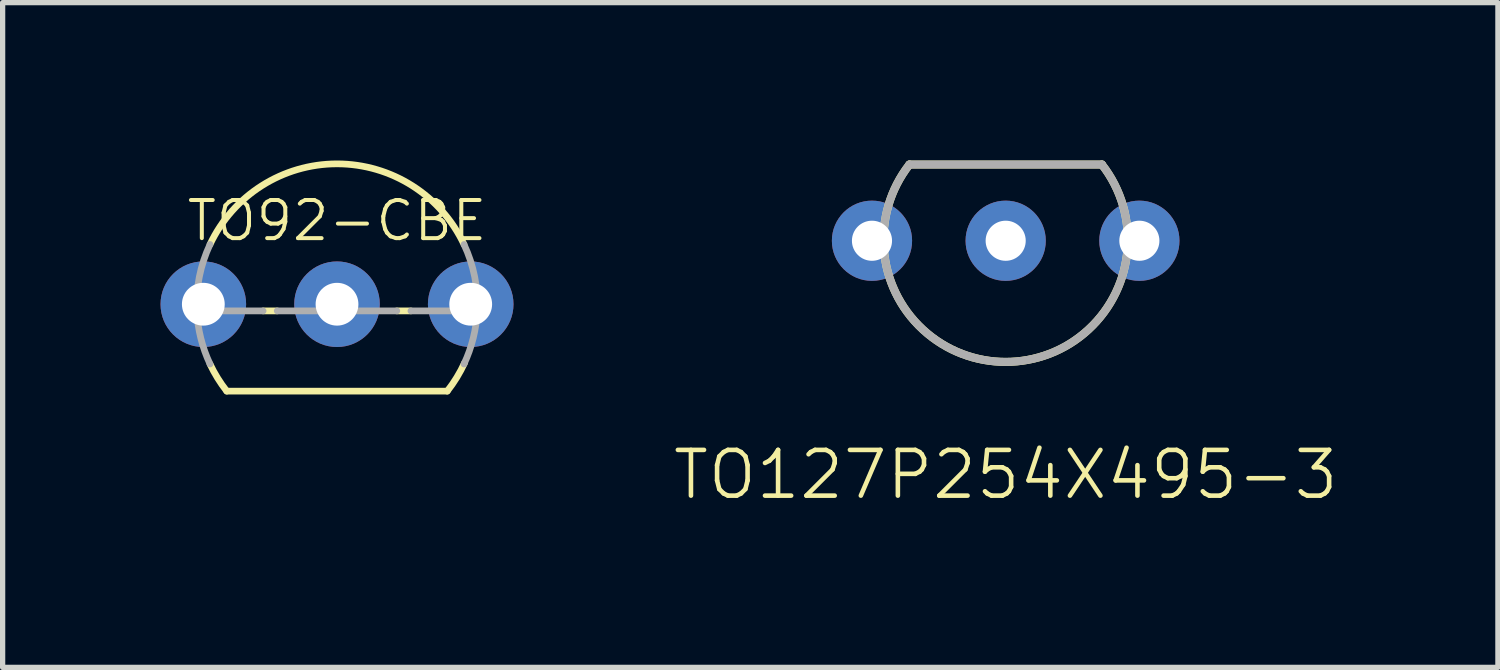
<source format=kicad_pcb>
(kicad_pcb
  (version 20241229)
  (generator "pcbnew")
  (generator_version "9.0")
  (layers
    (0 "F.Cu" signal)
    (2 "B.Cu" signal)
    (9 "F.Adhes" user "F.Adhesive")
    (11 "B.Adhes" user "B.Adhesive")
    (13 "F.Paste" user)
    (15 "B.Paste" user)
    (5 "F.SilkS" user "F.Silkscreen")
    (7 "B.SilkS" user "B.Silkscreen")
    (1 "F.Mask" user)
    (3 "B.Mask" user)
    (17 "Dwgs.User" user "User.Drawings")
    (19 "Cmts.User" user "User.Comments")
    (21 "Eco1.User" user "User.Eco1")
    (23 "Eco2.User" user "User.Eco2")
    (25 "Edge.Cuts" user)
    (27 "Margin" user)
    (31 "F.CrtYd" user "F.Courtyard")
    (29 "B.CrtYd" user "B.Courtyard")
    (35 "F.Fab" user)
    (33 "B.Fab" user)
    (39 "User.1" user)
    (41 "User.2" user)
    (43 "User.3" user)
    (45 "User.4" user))
  (footprint "TO127P254X495-3"
    (layer "F.Cu")
    (at 16.057 2.159)
    (property "Reference" "TO127P254X495-3" (at 0 3.81 0) (layer "F.SilkS") (effects (font (size 0.869 0.869) (thickness 0.087))))
    (attr through_hole)
    (fp_line (start 1.829 -2.083) (end -1.829 -2.083) (stroke (width 0.152) (type solid)) (layer "F.SilkS"))
    (fp_arc (start 1.8288 -2.0828) (mid 0.000001 1.666797) (end -1.828801 -2.082799) (stroke (width 0.1524) (type solid)) (layer "F.SilkS"))
    (fp_line (start 1.829 -2.083) (end -1.829 -2.083) (stroke (width 0.152) (type solid)) (layer "F.Fab"))
    (fp_arc (start 1.8288 -2.0828) (mid 0.000001 1.666797) (end -1.828801 -2.082799) (stroke (width 0.1524) (type solid)) (layer "F.Fab"))
    (pad "ANODE" thru_hole circle (at -2.54 -0.635 180) (size 1.524 1.524) (drill 0.762) (layers "*.Cu" "*.Mask"))
    (pad "CATHODE" thru_hole circle (at 0 -0.635 180) (size 1.524 1.524) (drill 0.762) (layers "*.Cu" "*.Mask"))
    (pad "NC" thru_hole circle (at 2.54 -0.635 180) (size 1.524 1.524) (drill 0.762) (layers "*.Cu" "*.Mask")))
  (footprint "TO92-CBE"
    (layer "F.Cu")
    (at 3.353 2.73)
    (property "Reference" "TO92-CBE" (at 0 -1.587 0) (layer "F.SilkS") (effects (font (size 0.724 0.724) (thickness 0.076))))
    (attr through_hole)
    (fp_line (start -2.095 1.651) (end 2.095 1.651) (stroke (width 0.127) (type solid)) (layer "F.SilkS"))
    (fp_line (start -1.136 0.127) (end -1.404 0.127) (stroke (width 0.127) (type solid)) (layer "F.SilkS"))
    (fp_line (start 1.404 0.127) (end 1.136 0.127) (stroke (width 0.127) (type solid)) (layer "F.SilkS"))
    (fp_arc (start -2.413 -1.1359) (mid -0.000001 -2.666986) (end 2.412999 -1.135901) (stroke (width 0.127) (type solid)) (layer "F.SilkS"))
    (fp_arc (start -2.095 1.651) (mid -2.268918 1.40252) (end -2.4135 1.1359) (stroke (width 0.127) (type solid)) (layer "F.SilkS"))
    (fp_arc (start 2.4247 1.1118) (mid 2.275878 1.391201) (end 2.095 1.651) (stroke (width 0.127) (type solid)) (layer "F.SilkS"))
    (fp_line (start -1.404 0.127) (end -2.664 0.127) (stroke (width 0.127) (type solid)) (layer "F.Fab"))
    (fp_line (start 1.136 0.127) (end -1.136 0.127) (stroke (width 0.127) (type solid)) (layer "F.Fab"))
    (fp_line (start 2.664 0.127) (end 1.404 0.127) (stroke (width 0.127) (type solid)) (layer "F.Fab"))
    (fp_arc (start -2.664 0.127) (mid -2.615858 -0.519825) (end -2.413 -1.1359) (stroke (width 0.127) (type solid)) (layer "F.Fab"))
    (fp_arc (start -2.413 1.1359) (mid -2.588137 0.643799) (end -2.664 0.127) (stroke (width 0.127) (type solid)) (layer "F.Fab"))
    (fp_arc (start 2.413 -1.1359) (mid 2.615858 -0.519825) (end 2.664 0.127) (stroke (width 0.127) (type solid)) (layer "F.Fab"))
    (fp_arc (start 2.664 0.127) (mid 2.588137 0.643799) (end 2.413 1.1359) (stroke (width 0.127) (type solid)) (layer "F.Fab"))
    (pad "B" thru_hole circle (at 0 0 90) (size 1.626 1.626) (drill 0.813) (layers "*.Cu" "*.Mask"))
    (pad "C" thru_hole circle (at 2.54 0 90) (size 1.626 1.626) (drill 0.813) (layers "*.Cu" "*.Mask"))
    (pad "E" thru_hole circle (at -2.54 0 90) (size 1.626 1.626) (drill 0.813) (layers "*.Cu" "*.Mask")))
  (gr_rect
    (start -3 -3)
    (end 25.409 9.63)
    (stroke (width 0.1) (type default))
    (fill no)
    (layer "Edge.Cuts")))
</source>
